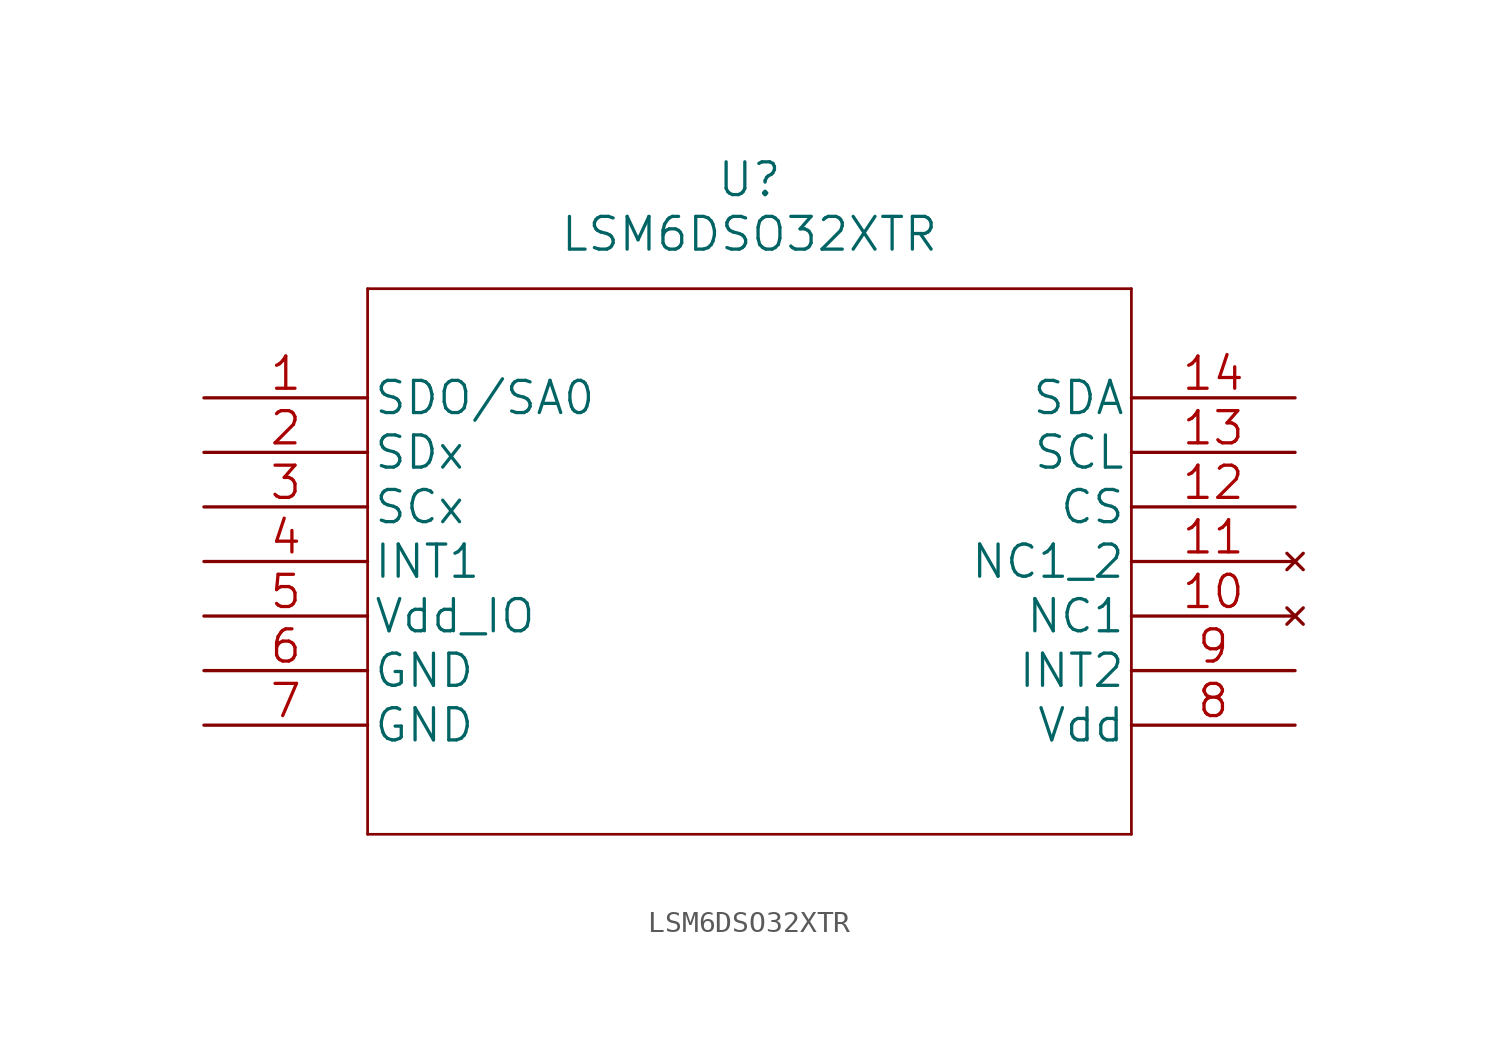
<source format=kicad_sym>
(kicad_symbol_lib
  (version 20211014)
  (generator kicad_symbol_editor)
  (symbol "LSM6DSO32XTR"
    (pin_names
      (offset 0.254))
    (property "Reference" "U"
      (at 25.4 10.16 0)
      (effects (font (size 1.524 1.524))))
    (property "Value" "LSM6DSO32XTR"
      (at 25.4 7.62 0)
      (effects (font (size 1.524 1.524))))
    (property "Datasheet" ""
      (at 0 0 0)
      (effects (font (size 1.524 1.524))))
    (symbol "LSM6DSO32XTR_1_1"
      (polyline (pts (xy 7.62 -20.32) (xy 43.18 -20.32)) (stroke (width 0.127) (type default) (color 0 0 0 0)) (fill (type none)))
      (polyline (pts (xy 7.62 5.08) (xy 7.62 -20.32)) (stroke (width 0.127) (type default) (color 0 0 0 0)) (fill (type none)))
      (polyline (pts (xy 43.18 -20.32) (xy 43.18 5.08)) (stroke (width 0.127) (type default) (color 0 0 0 0)) (fill (type none)))
      (polyline (pts (xy 43.18 5.08) (xy 7.62 5.08)) (stroke (width 0.127) (type default) (color 0 0 0 0)) (fill (type none)))
      (pin unspecified line (at 0 0 0) (length 7.62) (name "SDO/SA0" (effects (font (size 1.499 1.499)))) (number "1" (effects (font (size 1.499 1.499)))))
      (pin no_connect line (at 50.8 -10.16 180) (length 7.62) (name "NC1" (effects (font (size 1.499 1.499)))) (number "10" (effects (font (size 1.499 1.499)))))
      (pin no_connect line (at 50.8 -7.62 180) (length 7.62) (name "NC1_2" (effects (font (size 1.499 1.499)))) (number "11" (effects (font (size 1.499 1.499)))))
      (pin unspecified line (at 50.8 -5.08 180) (length 7.62) (name "CS" (effects (font (size 1.499 1.499)))) (number "12" (effects (font (size 1.499 1.499)))))
      (pin unspecified line (at 50.8 -2.54 180) (length 7.62) (name "SCL" (effects (font (size 1.499 1.499)))) (number "13" (effects (font (size 1.499 1.499)))))
      (pin unspecified line (at 50.8 0 180) (length 7.62) (name "SDA" (effects (font (size 1.499 1.499)))) (number "14" (effects (font (size 1.499 1.499)))))
      (pin unspecified line (at 0 -2.54 0) (length 7.62) (name "SDx" (effects (font (size 1.499 1.499)))) (number "2" (effects (font (size 1.499 1.499)))))
      (pin unspecified line (at 0 -5.08 0) (length 7.62) (name "SCx" (effects (font (size 1.499 1.499)))) (number "3" (effects (font (size 1.499 1.499)))))
      (pin input line (at 0 -7.62 0) (length 7.62) (name "INT1" (effects (font (size 1.499 1.499)))) (number "4" (effects (font (size 1.499 1.499)))))
      (pin power_in line (at 0 -10.16 0) (length 7.62) (name "Vdd_IO" (effects (font (size 1.499 1.499)))) (number "5" (effects (font (size 1.499 1.499)))))
      (pin power_in line (at 0 -12.7 0) (length 7.62) (name "GND" (effects (font (size 1.499 1.499)))) (number "6" (effects (font (size 1.499 1.499)))))
      (pin power_in line (at 0 -15.24 0) (length 7.62) (name "GND" (effects (font (size 1.499 1.499)))) (number "7" (effects (font (size 1.499 1.499)))))
      (pin power_in line (at 50.8 -15.24 180) (length 7.62) (name "Vdd" (effects (font (size 1.499 1.499)))) (number "8" (effects (font (size 1.499 1.499)))))
      (pin input line (at 50.8 -12.7 180) (length 7.62) (name "INT2" (effects (font (size 1.499 1.499)))) (number "9" (effects (font (size 1.499 1.499))))))))
</source>
